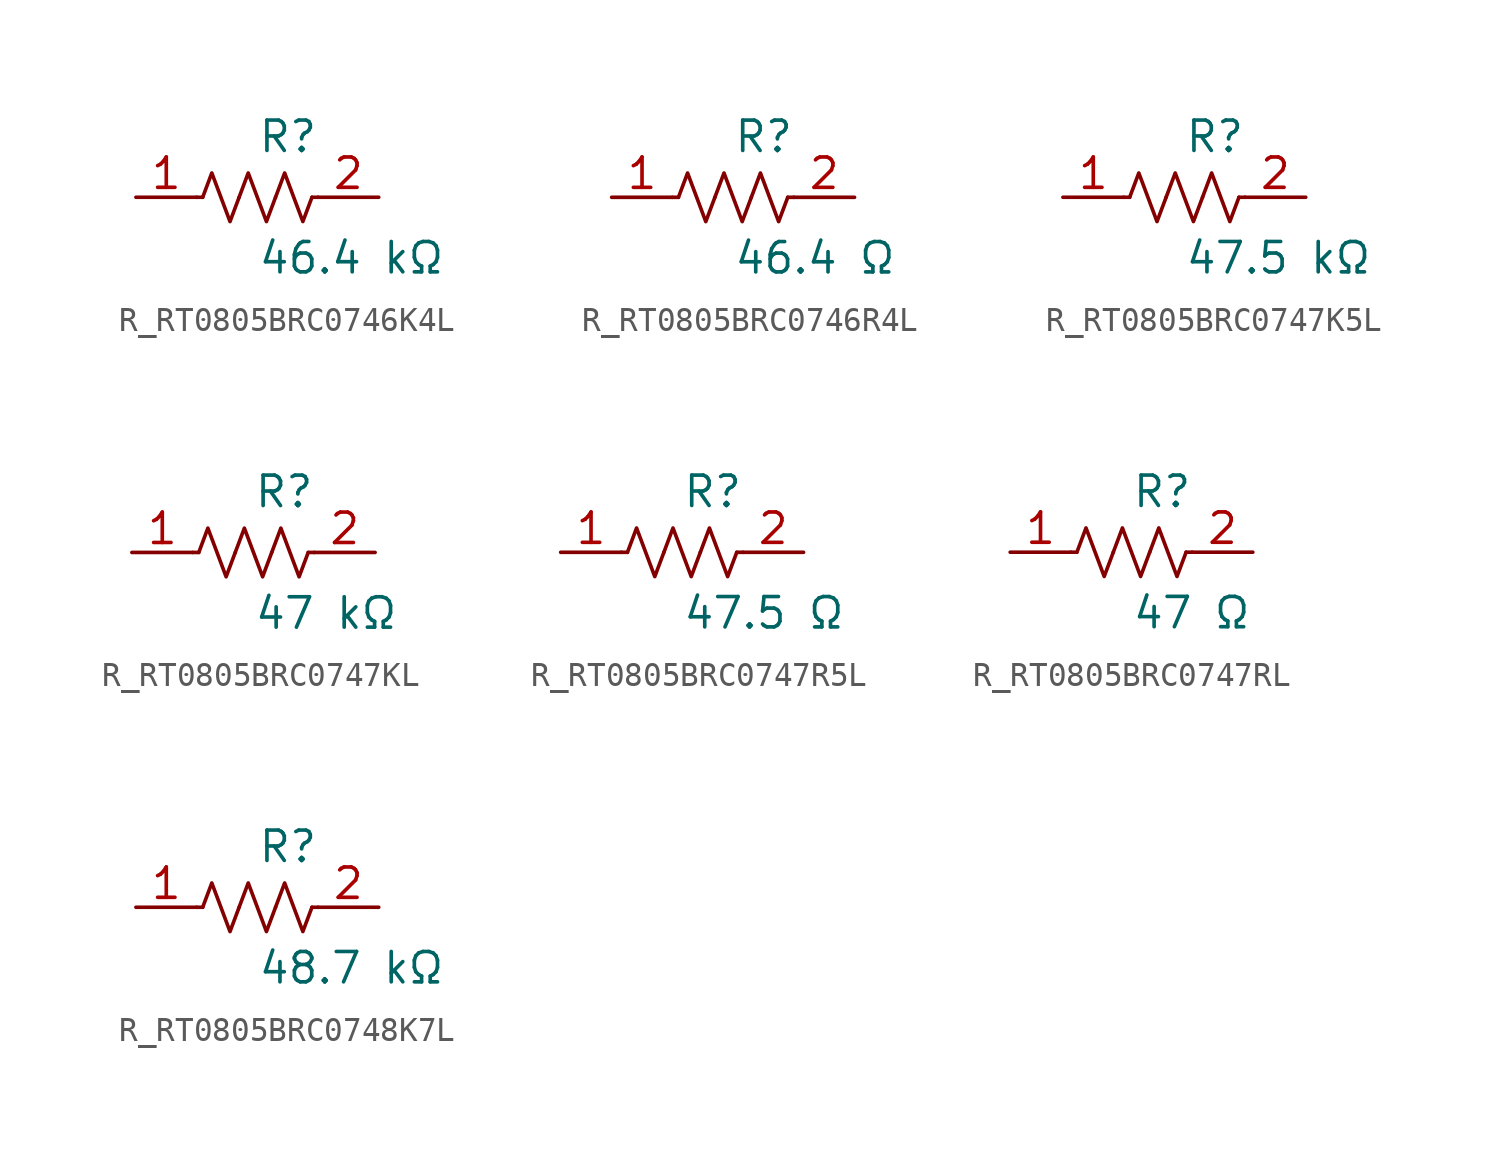
<source format=kicad_sym>
(kicad_symbol_lib
  (version 20231120)
  (generator kicad_symbol_editor)
  (generator_version 8.0)
  (symbol "R_RT0805BRC0746K4L"
    (pin_names
      (offset 0.254))
    (property "Reference" "R"
      (at 0 2.54 0)
      (effects (font (size 1.27 1.27)) (justify left)))
    (property "Value" "46.4 kΩ"
      (at 0 -2.54 0)
      (effects (font (size 1.27 1.27)) (justify left)))
    (symbol "R_RT0805BRC0746K4L_0_1"
      (polyline (pts (xy 2.286 0) (xy 2.54 0)) (stroke (width 0) (type default)) (fill (type none)))
      (polyline (pts (xy -2.286 0) (xy -2.54 0)) (stroke (width 0) (type default)) (fill (type none)))
      (polyline (pts (xy 0.762 0) (xy 1.143 1.016) (xy 1.524 0) (xy 1.905 -1.016) (xy 2.286 0)) (stroke (width 0) (type default)) (fill (type none)))
      (polyline (pts (xy -0.762 0) (xy -0.381 1.016) (xy 0 0) (xy 0.381 -1.016) (xy 0.762 0)) (stroke (width 0) (type default)) (fill (type none)))
      (polyline (pts (xy -2.286 0) (xy -1.905 1.016) (xy -1.524 0) (xy -1.143 -1.016) (xy -0.762 0)) (stroke (width 0) (type default)) (fill (type none))))
    (pin unspecified line
      (at -5.08 0 0)
      (length 2.54)
      (name "" (effects (font (size 1.27 1.27))))
      (number "1" (effects (font (size 1.27 1.27)))))
    (pin unspecified line
      (at 5.08 0 180)
      (length 2.54)
      (name "" (effects (font (size 1.27 1.27))))
      (number "2" (effects (font (size 1.27 1.27))))))
  (symbol "R_RT0805BRC0746R4L"
    (pin_names
      (offset 0.254))
    (property "Reference" "R"
      (at 0 2.54 0)
      (effects (font (size 1.27 1.27)) (justify left)))
    (property "Value" "46.4 Ω"
      (at 0 -2.54 0)
      (effects (font (size 1.27 1.27)) (justify left)))
    (symbol "R_RT0805BRC0746R4L_0_1"
      (polyline (pts (xy 2.286 0) (xy 2.54 0)) (stroke (width 0) (type default)) (fill (type none)))
      (polyline (pts (xy -2.286 0) (xy -2.54 0)) (stroke (width 0) (type default)) (fill (type none)))
      (polyline (pts (xy 0.762 0) (xy 1.143 1.016) (xy 1.524 0) (xy 1.905 -1.016) (xy 2.286 0)) (stroke (width 0) (type default)) (fill (type none)))
      (polyline (pts (xy -0.762 0) (xy -0.381 1.016) (xy 0 0) (xy 0.381 -1.016) (xy 0.762 0)) (stroke (width 0) (type default)) (fill (type none)))
      (polyline (pts (xy -2.286 0) (xy -1.905 1.016) (xy -1.524 0) (xy -1.143 -1.016) (xy -0.762 0)) (stroke (width 0) (type default)) (fill (type none))))
    (pin unspecified line
      (at -5.08 0 0)
      (length 2.54)
      (name "" (effects (font (size 1.27 1.27))))
      (number "1" (effects (font (size 1.27 1.27)))))
    (pin unspecified line
      (at 5.08 0 180)
      (length 2.54)
      (name "" (effects (font (size 1.27 1.27))))
      (number "2" (effects (font (size 1.27 1.27))))))
  (symbol "R_RT0805BRC0747K5L"
    (pin_names
      (offset 0.254))
    (property "Reference" "R"
      (at 0 2.54 0)
      (effects (font (size 1.27 1.27)) (justify left)))
    (property "Value" "47.5 kΩ"
      (at 0 -2.54 0)
      (effects (font (size 1.27 1.27)) (justify left)))
    (symbol "R_RT0805BRC0747K5L_0_1"
      (polyline (pts (xy 2.286 0) (xy 2.54 0)) (stroke (width 0) (type default)) (fill (type none)))
      (polyline (pts (xy -2.286 0) (xy -2.54 0)) (stroke (width 0) (type default)) (fill (type none)))
      (polyline (pts (xy 0.762 0) (xy 1.143 1.016) (xy 1.524 0) (xy 1.905 -1.016) (xy 2.286 0)) (stroke (width 0) (type default)) (fill (type none)))
      (polyline (pts (xy -0.762 0) (xy -0.381 1.016) (xy 0 0) (xy 0.381 -1.016) (xy 0.762 0)) (stroke (width 0) (type default)) (fill (type none)))
      (polyline (pts (xy -2.286 0) (xy -1.905 1.016) (xy -1.524 0) (xy -1.143 -1.016) (xy -0.762 0)) (stroke (width 0) (type default)) (fill (type none))))
    (pin unspecified line
      (at -5.08 0 0)
      (length 2.54)
      (name "" (effects (font (size 1.27 1.27))))
      (number "1" (effects (font (size 1.27 1.27)))))
    (pin unspecified line
      (at 5.08 0 180)
      (length 2.54)
      (name "" (effects (font (size 1.27 1.27))))
      (number "2" (effects (font (size 1.27 1.27))))))
  (symbol "R_RT0805BRC0747KL"
    (pin_names
      (offset 0.254))
    (property "Reference" "R"
      (at 0 2.54 0)
      (effects (font (size 1.27 1.27)) (justify left)))
    (property "Value" "47 kΩ"
      (at 0 -2.54 0)
      (effects (font (size 1.27 1.27)) (justify left)))
    (symbol "R_RT0805BRC0747KL_0_1"
      (polyline (pts (xy 2.286 0) (xy 2.54 0)) (stroke (width 0) (type default)) (fill (type none)))
      (polyline (pts (xy -2.286 0) (xy -2.54 0)) (stroke (width 0) (type default)) (fill (type none)))
      (polyline (pts (xy 0.762 0) (xy 1.143 1.016) (xy 1.524 0) (xy 1.905 -1.016) (xy 2.286 0)) (stroke (width 0) (type default)) (fill (type none)))
      (polyline (pts (xy -0.762 0) (xy -0.381 1.016) (xy 0 0) (xy 0.381 -1.016) (xy 0.762 0)) (stroke (width 0) (type default)) (fill (type none)))
      (polyline (pts (xy -2.286 0) (xy -1.905 1.016) (xy -1.524 0) (xy -1.143 -1.016) (xy -0.762 0)) (stroke (width 0) (type default)) (fill (type none))))
    (pin unspecified line
      (at -5.08 0 0)
      (length 2.54)
      (name "" (effects (font (size 1.27 1.27))))
      (number "1" (effects (font (size 1.27 1.27)))))
    (pin unspecified line
      (at 5.08 0 180)
      (length 2.54)
      (name "" (effects (font (size 1.27 1.27))))
      (number "2" (effects (font (size 1.27 1.27))))))
  (symbol "R_RT0805BRC0747R5L"
    (pin_names
      (offset 0.254))
    (property "Reference" "R"
      (at 0 2.54 0)
      (effects (font (size 1.27 1.27)) (justify left)))
    (property "Value" "47.5 Ω"
      (at 0 -2.54 0)
      (effects (font (size 1.27 1.27)) (justify left)))
    (symbol "R_RT0805BRC0747R5L_0_1"
      (polyline (pts (xy 2.286 0) (xy 2.54 0)) (stroke (width 0) (type default)) (fill (type none)))
      (polyline (pts (xy -2.286 0) (xy -2.54 0)) (stroke (width 0) (type default)) (fill (type none)))
      (polyline (pts (xy 0.762 0) (xy 1.143 1.016) (xy 1.524 0) (xy 1.905 -1.016) (xy 2.286 0)) (stroke (width 0) (type default)) (fill (type none)))
      (polyline (pts (xy -0.762 0) (xy -0.381 1.016) (xy 0 0) (xy 0.381 -1.016) (xy 0.762 0)) (stroke (width 0) (type default)) (fill (type none)))
      (polyline (pts (xy -2.286 0) (xy -1.905 1.016) (xy -1.524 0) (xy -1.143 -1.016) (xy -0.762 0)) (stroke (width 0) (type default)) (fill (type none))))
    (pin unspecified line
      (at -5.08 0 0)
      (length 2.54)
      (name "" (effects (font (size 1.27 1.27))))
      (number "1" (effects (font (size 1.27 1.27)))))
    (pin unspecified line
      (at 5.08 0 180)
      (length 2.54)
      (name "" (effects (font (size 1.27 1.27))))
      (number "2" (effects (font (size 1.27 1.27))))))
  (symbol "R_RT0805BRC0747RL"
    (pin_names
      (offset 0.254))
    (property "Reference" "R"
      (at 0 2.54 0)
      (effects (font (size 1.27 1.27)) (justify left)))
    (property "Value" "47 Ω"
      (at 0 -2.54 0)
      (effects (font (size 1.27 1.27)) (justify left)))
    (symbol "R_RT0805BRC0747RL_0_1"
      (polyline (pts (xy 2.286 0) (xy 2.54 0)) (stroke (width 0) (type default)) (fill (type none)))
      (polyline (pts (xy -2.286 0) (xy -2.54 0)) (stroke (width 0) (type default)) (fill (type none)))
      (polyline (pts (xy 0.762 0) (xy 1.143 1.016) (xy 1.524 0) (xy 1.905 -1.016) (xy 2.286 0)) (stroke (width 0) (type default)) (fill (type none)))
      (polyline (pts (xy -0.762 0) (xy -0.381 1.016) (xy 0 0) (xy 0.381 -1.016) (xy 0.762 0)) (stroke (width 0) (type default)) (fill (type none)))
      (polyline (pts (xy -2.286 0) (xy -1.905 1.016) (xy -1.524 0) (xy -1.143 -1.016) (xy -0.762 0)) (stroke (width 0) (type default)) (fill (type none))))
    (pin unspecified line
      (at -5.08 0 0)
      (length 2.54)
      (name "" (effects (font (size 1.27 1.27))))
      (number "1" (effects (font (size 1.27 1.27)))))
    (pin unspecified line
      (at 5.08 0 180)
      (length 2.54)
      (name "" (effects (font (size 1.27 1.27))))
      (number "2" (effects (font (size 1.27 1.27))))))
  (symbol "R_RT0805BRC0748K7L"
    (pin_names
      (offset 0.254))
    (property "Reference" "R"
      (at 0 2.54 0)
      (effects (font (size 1.27 1.27)) (justify left)))
    (property "Value" "48.7 kΩ"
      (at 0 -2.54 0)
      (effects (font (size 1.27 1.27)) (justify left)))
    (symbol "R_RT0805BRC0748K7L_0_1"
      (polyline (pts (xy 2.286 0) (xy 2.54 0)) (stroke (width 0) (type default)) (fill (type none)))
      (polyline (pts (xy -2.286 0) (xy -2.54 0)) (stroke (width 0) (type default)) (fill (type none)))
      (polyline (pts (xy 0.762 0) (xy 1.143 1.016) (xy 1.524 0) (xy 1.905 -1.016) (xy 2.286 0)) (stroke (width 0) (type default)) (fill (type none)))
      (polyline (pts (xy -0.762 0) (xy -0.381 1.016) (xy 0 0) (xy 0.381 -1.016) (xy 0.762 0)) (stroke (width 0) (type default)) (fill (type none)))
      (polyline (pts (xy -2.286 0) (xy -1.905 1.016) (xy -1.524 0) (xy -1.143 -1.016) (xy -0.762 0)) (stroke (width 0) (type default)) (fill (type none))))
    (pin unspecified line
      (at -5.08 0 0)
      (length 2.54)
      (name "" (effects (font (size 1.27 1.27))))
      (number "1" (effects (font (size 1.27 1.27)))))
    (pin unspecified line
      (at 5.08 0 180)
      (length 2.54)
      (name "" (effects (font (size 1.27 1.27))))
      (number "2" (effects (font (size 1.27 1.27)))))))
</source>
